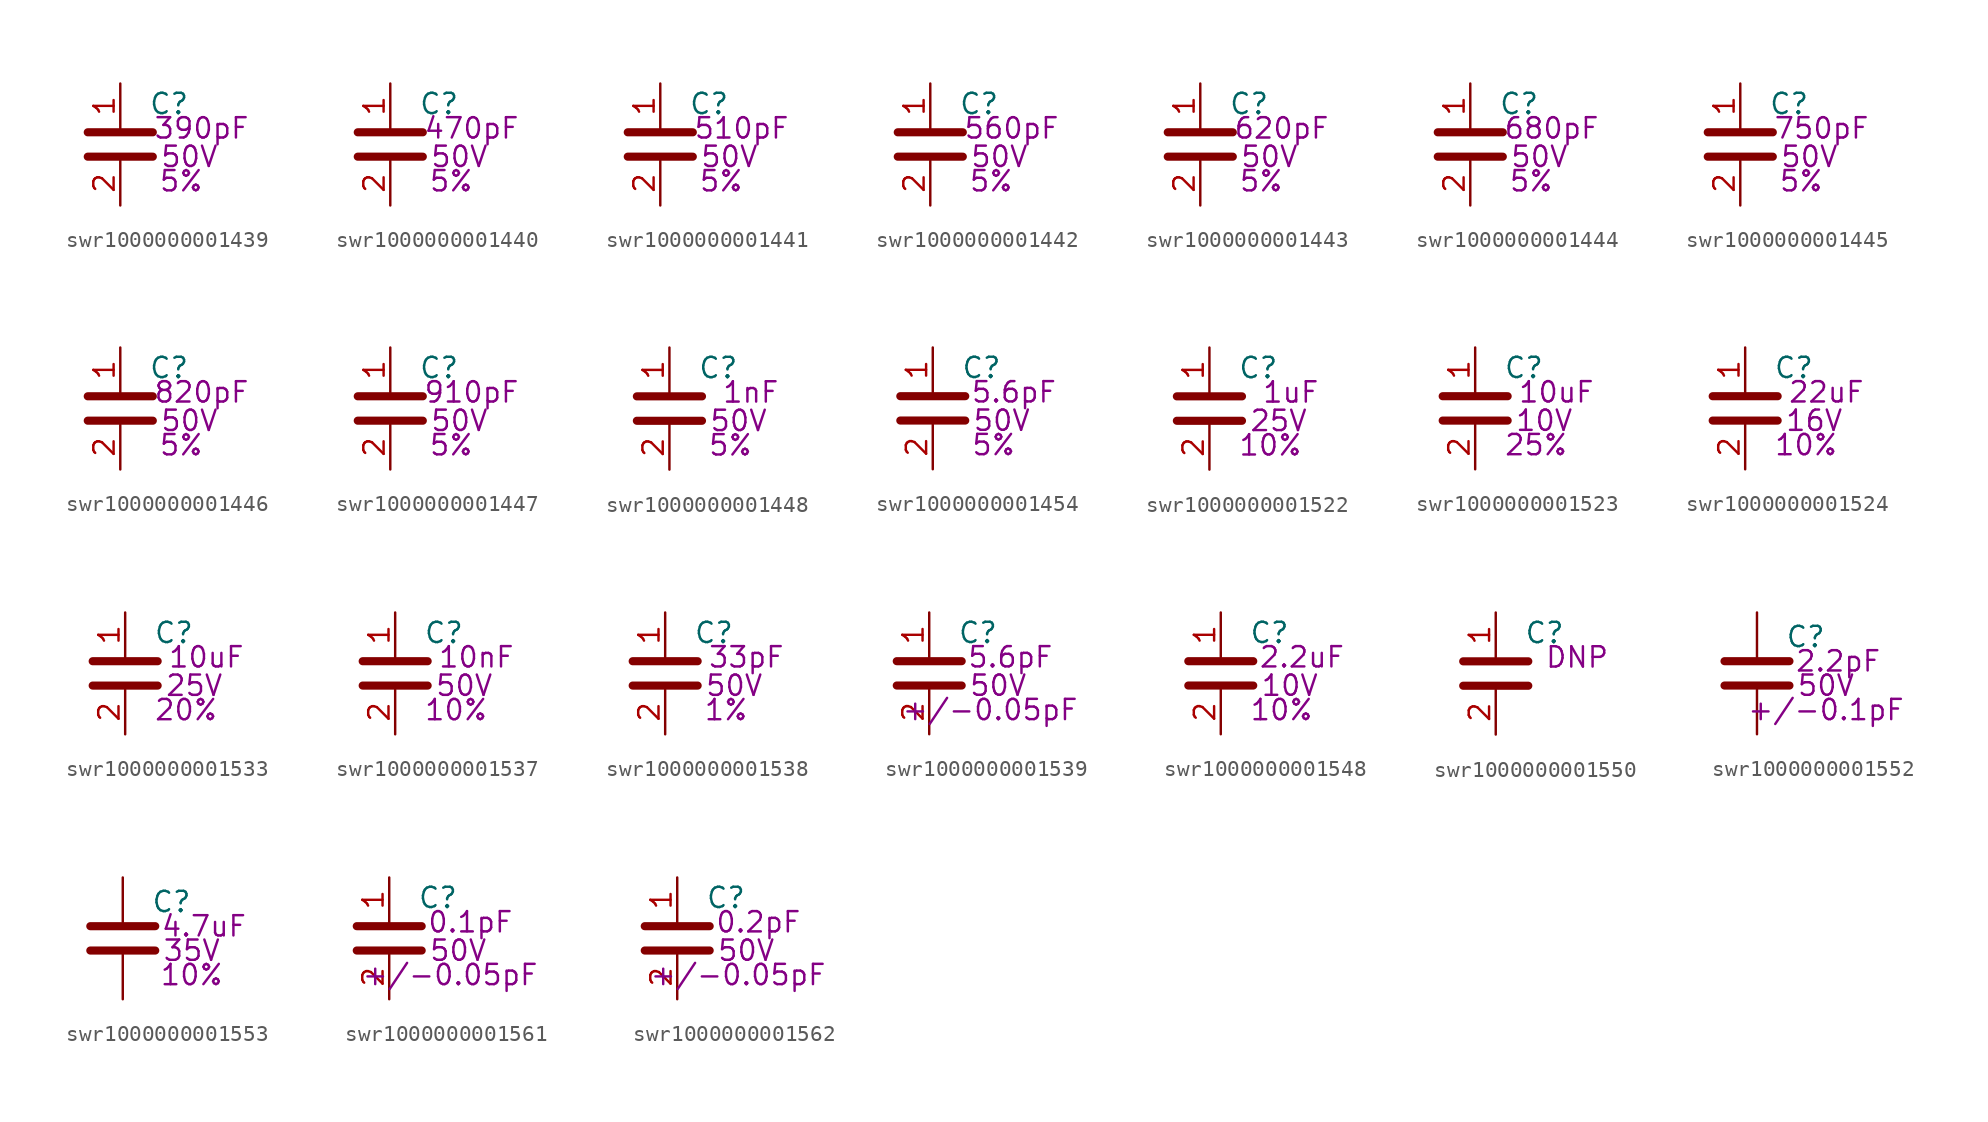
<source format=kicad_sym>
(kicad_symbol_lib
  (version 20220914)
  (generator kicad_symbol_editor)
  (symbol "swr1000000001439"
    (pin_names
      (offset 1.016))
    (property "Reference" "C"
      (at 3.048 2.54 0)
      (effects (font (size 1.27 1.27))))
    (property "PartValue" "390pF"
      (at 5.08 1.016 0)
      (effects (font (size 1.27 1.27))))
    (property "Voltage" "50V"
      (at 4.318 -0.762 0)
      (effects (font (size 1.27 1.27))))
    (property "Tolerance" "5%"
      (at 3.81 -2.286 0)
      (effects (font (size 1.27 1.27))))
    (symbol "swr1000000001439_1_1"
      (polyline (pts (xy -2.032 -0.762) (xy 2.032 -0.762)) (stroke (width 0.508) (type default)) (fill (type none)))
      (polyline (pts (xy -2.032 0.762) (xy 2.032 0.762)) (stroke (width 0.508) (type default)) (fill (type none)))
      (pin passive line (at 0 3.81 270) (length 2.794) (name "~" (effects (font (size 1.27 1.27)))) (number "1" (effects (font (size 1.27 1.27)))))
      (pin passive line (at 0 -3.81 90) (length 2.794) (name "~" (effects (font (size 1.27 1.27)))) (number "2" (effects (font (size 1.27 1.27)))))))
  (symbol "swr1000000001440"
    (pin_names
      (offset 1.016))
    (property "Reference" "C"
      (at 3.048 2.54 0)
      (effects (font (size 1.27 1.27))))
    (property "PartValue" "470pF"
      (at 5.08 1.016 0)
      (effects (font (size 1.27 1.27))))
    (property "Voltage" "50V"
      (at 4.318 -0.762 0)
      (effects (font (size 1.27 1.27))))
    (property "Tolerance" "5%"
      (at 3.81 -2.286 0)
      (effects (font (size 1.27 1.27))))
    (symbol "swr1000000001440_1_1"
      (polyline (pts (xy -2.032 -0.762) (xy 2.032 -0.762)) (stroke (width 0.508) (type default)) (fill (type none)))
      (polyline (pts (xy -2.032 0.762) (xy 2.032 0.762)) (stroke (width 0.508) (type default)) (fill (type none)))
      (pin passive line (at 0 3.81 270) (length 2.794) (name "~" (effects (font (size 1.27 1.27)))) (number "1" (effects (font (size 1.27 1.27)))))
      (pin passive line (at 0 -3.81 90) (length 2.794) (name "~" (effects (font (size 1.27 1.27)))) (number "2" (effects (font (size 1.27 1.27)))))))
  (symbol "swr1000000001441"
    (pin_names
      (offset 1.016))
    (property "Reference" "C"
      (at 3.048 2.54 0)
      (effects (font (size 1.27 1.27))))
    (property "PartValue" "510pF"
      (at 5.08 1.016 0)
      (effects (font (size 1.27 1.27))))
    (property "Voltage" "50V"
      (at 4.318 -0.762 0)
      (effects (font (size 1.27 1.27))))
    (property "Tolerance" "5%"
      (at 3.81 -2.286 0)
      (effects (font (size 1.27 1.27))))
    (symbol "swr1000000001441_1_1"
      (polyline (pts (xy -2.032 -0.762) (xy 2.032 -0.762)) (stroke (width 0.508) (type default)) (fill (type none)))
      (polyline (pts (xy -2.032 0.762) (xy 2.032 0.762)) (stroke (width 0.508) (type default)) (fill (type none)))
      (pin passive line (at 0 3.81 270) (length 2.794) (name "~" (effects (font (size 1.27 1.27)))) (number "1" (effects (font (size 1.27 1.27)))))
      (pin passive line (at 0 -3.81 90) (length 2.794) (name "~" (effects (font (size 1.27 1.27)))) (number "2" (effects (font (size 1.27 1.27)))))))
  (symbol "swr1000000001442"
    (pin_names
      (offset 1.016))
    (property "Reference" "C"
      (at 3.048 2.54 0)
      (effects (font (size 1.27 1.27))))
    (property "PartValue" "560pF"
      (at 5.08 1.016 0)
      (effects (font (size 1.27 1.27))))
    (property "Voltage" "50V"
      (at 4.318 -0.762 0)
      (effects (font (size 1.27 1.27))))
    (property "Tolerance" "5%"
      (at 3.81 -2.286 0)
      (effects (font (size 1.27 1.27))))
    (symbol "swr1000000001442_1_1"
      (polyline (pts (xy -2.032 -0.762) (xy 2.032 -0.762)) (stroke (width 0.508) (type default)) (fill (type none)))
      (polyline (pts (xy -2.032 0.762) (xy 2.032 0.762)) (stroke (width 0.508) (type default)) (fill (type none)))
      (pin passive line (at 0 3.81 270) (length 2.794) (name "~" (effects (font (size 1.27 1.27)))) (number "1" (effects (font (size 1.27 1.27)))))
      (pin passive line (at 0 -3.81 90) (length 2.794) (name "~" (effects (font (size 1.27 1.27)))) (number "2" (effects (font (size 1.27 1.27)))))))
  (symbol "swr1000000001443"
    (pin_names
      (offset 1.016))
    (property "Reference" "C"
      (at 3.048 2.54 0)
      (effects (font (size 1.27 1.27))))
    (property "PartValue" "620pF"
      (at 5.08 1.016 0)
      (effects (font (size 1.27 1.27))))
    (property "Voltage" "50V"
      (at 4.318 -0.762 0)
      (effects (font (size 1.27 1.27))))
    (property "Tolerance" "5%"
      (at 3.81 -2.286 0)
      (effects (font (size 1.27 1.27))))
    (symbol "swr1000000001443_1_1"
      (polyline (pts (xy -2.032 -0.762) (xy 2.032 -0.762)) (stroke (width 0.508) (type default)) (fill (type none)))
      (polyline (pts (xy -2.032 0.762) (xy 2.032 0.762)) (stroke (width 0.508) (type default)) (fill (type none)))
      (pin passive line (at 0 3.81 270) (length 2.794) (name "~" (effects (font (size 1.27 1.27)))) (number "1" (effects (font (size 1.27 1.27)))))
      (pin passive line (at 0 -3.81 90) (length 2.794) (name "~" (effects (font (size 1.27 1.27)))) (number "2" (effects (font (size 1.27 1.27)))))))
  (symbol "swr1000000001444"
    (pin_names
      (offset 1.016))
    (property "Reference" "C"
      (at 3.048 2.54 0)
      (effects (font (size 1.27 1.27))))
    (property "PartValue" "680pF"
      (at 5.08 1.016 0)
      (effects (font (size 1.27 1.27))))
    (property "Voltage" "50V"
      (at 4.318 -0.762 0)
      (effects (font (size 1.27 1.27))))
    (property "Tolerance" "5%"
      (at 3.81 -2.286 0)
      (effects (font (size 1.27 1.27))))
    (symbol "swr1000000001444_1_1"
      (polyline (pts (xy -2.032 -0.762) (xy 2.032 -0.762)) (stroke (width 0.508) (type default)) (fill (type none)))
      (polyline (pts (xy -2.032 0.762) (xy 2.032 0.762)) (stroke (width 0.508) (type default)) (fill (type none)))
      (pin passive line (at 0 3.81 270) (length 2.794) (name "~" (effects (font (size 1.27 1.27)))) (number "1" (effects (font (size 1.27 1.27)))))
      (pin passive line (at 0 -3.81 90) (length 2.794) (name "~" (effects (font (size 1.27 1.27)))) (number "2" (effects (font (size 1.27 1.27)))))))
  (symbol "swr1000000001445"
    (pin_names
      (offset 1.016))
    (property "Reference" "C"
      (at 3.048 2.54 0)
      (effects (font (size 1.27 1.27))))
    (property "PartValue" "750pF"
      (at 5.08 1.016 0)
      (effects (font (size 1.27 1.27))))
    (property "Voltage" "50V"
      (at 4.318 -0.762 0)
      (effects (font (size 1.27 1.27))))
    (property "Tolerance" "5%"
      (at 3.81 -2.286 0)
      (effects (font (size 1.27 1.27))))
    (symbol "swr1000000001445_1_1"
      (polyline (pts (xy -2.032 -0.762) (xy 2.032 -0.762)) (stroke (width 0.508) (type default)) (fill (type none)))
      (polyline (pts (xy -2.032 0.762) (xy 2.032 0.762)) (stroke (width 0.508) (type default)) (fill (type none)))
      (pin passive line (at 0 3.81 270) (length 2.794) (name "~" (effects (font (size 1.27 1.27)))) (number "1" (effects (font (size 1.27 1.27)))))
      (pin passive line (at 0 -3.81 90) (length 2.794) (name "~" (effects (font (size 1.27 1.27)))) (number "2" (effects (font (size 1.27 1.27)))))))
  (symbol "swr1000000001446"
    (pin_names
      (offset 1.016))
    (property "Reference" "C"
      (at 3.048 2.54 0)
      (effects (font (size 1.27 1.27))))
    (property "PartValue" "820pF"
      (at 5.08 1.016 0)
      (effects (font (size 1.27 1.27))))
    (property "Voltage" "50V"
      (at 4.318 -0.762 0)
      (effects (font (size 1.27 1.27))))
    (property "Tolerance" "5%"
      (at 3.81 -2.286 0)
      (effects (font (size 1.27 1.27))))
    (symbol "swr1000000001446_1_1"
      (polyline (pts (xy -2.032 -0.762) (xy 2.032 -0.762)) (stroke (width 0.508) (type default)) (fill (type none)))
      (polyline (pts (xy -2.032 0.762) (xy 2.032 0.762)) (stroke (width 0.508) (type default)) (fill (type none)))
      (pin passive line (at 0 3.81 270) (length 2.794) (name "~" (effects (font (size 1.27 1.27)))) (number "1" (effects (font (size 1.27 1.27)))))
      (pin passive line (at 0 -3.81 90) (length 2.794) (name "~" (effects (font (size 1.27 1.27)))) (number "2" (effects (font (size 1.27 1.27)))))))
  (symbol "swr1000000001447"
    (pin_names
      (offset 1.016))
    (property "Reference" "C"
      (at 3.048 2.54 0)
      (effects (font (size 1.27 1.27))))
    (property "PartValue" "910pF"
      (at 5.08 1.016 0)
      (effects (font (size 1.27 1.27))))
    (property "Voltage" "50V"
      (at 4.318 -0.762 0)
      (effects (font (size 1.27 1.27))))
    (property "Tolerance" "5%"
      (at 3.81 -2.286 0)
      (effects (font (size 1.27 1.27))))
    (symbol "swr1000000001447_1_1"
      (polyline (pts (xy -2.032 -0.762) (xy 2.032 -0.762)) (stroke (width 0.508) (type default)) (fill (type none)))
      (polyline (pts (xy -2.032 0.762) (xy 2.032 0.762)) (stroke (width 0.508) (type default)) (fill (type none)))
      (pin passive line (at 0 3.81 270) (length 2.794) (name "~" (effects (font (size 1.27 1.27)))) (number "1" (effects (font (size 1.27 1.27)))))
      (pin passive line (at 0 -3.81 90) (length 2.794) (name "~" (effects (font (size 1.27 1.27)))) (number "2" (effects (font (size 1.27 1.27)))))))
  (symbol "swr1000000001448"
    (pin_names
      (offset 1.016))
    (property "Reference" "C"
      (at 3.048 2.54 0)
      (effects (font (size 1.27 1.27))))
    (property "PartValue" "1nF"
      (at 5.08 1.016 0)
      (effects (font (size 1.27 1.27))))
    (property "Voltage" "50V"
      (at 4.318 -0.762 0)
      (effects (font (size 1.27 1.27))))
    (property "Tolerance" "5%"
      (at 3.81 -2.286 0)
      (effects (font (size 1.27 1.27))))
    (symbol "swr1000000001448_1_1"
      (polyline (pts (xy -2.032 -0.762) (xy 2.032 -0.762)) (stroke (width 0.508) (type default)) (fill (type none)))
      (polyline (pts (xy -2.032 0.762) (xy 2.032 0.762)) (stroke (width 0.508) (type default)) (fill (type none)))
      (pin passive line (at 0 3.81 270) (length 2.794) (name "~" (effects (font (size 1.27 1.27)))) (number "1" (effects (font (size 1.27 1.27)))))
      (pin passive line (at 0 -3.81 90) (length 2.794) (name "~" (effects (font (size 1.27 1.27)))) (number "2" (effects (font (size 1.27 1.27)))))))
  (symbol "swr1000000001454"
    (pin_names
      (offset 1.016))
    (property "Reference" "C"
      (at 3.048 2.54 0)
      (effects (font (size 1.27 1.27))))
    (property "PartValue" "5.6pF"
      (at 5.08 1.016 0)
      (effects (font (size 1.27 1.27))))
    (property "Voltage" "50V"
      (at 4.318 -0.762 0)
      (effects (font (size 1.27 1.27))))
    (property "Tolerance" "5%"
      (at 3.81 -2.286 0)
      (effects (font (size 1.27 1.27))))
    (symbol "swr1000000001454_1_1"
      (polyline (pts (xy -2.032 -0.762) (xy 2.032 -0.762)) (stroke (width 0.508) (type default)) (fill (type none)))
      (polyline (pts (xy -2.032 0.762) (xy 2.032 0.762)) (stroke (width 0.508) (type default)) (fill (type none)))
      (pin passive line (at 0 3.81 270) (length 2.794) (name "~" (effects (font (size 1.27 1.27)))) (number "1" (effects (font (size 1.27 1.27)))))
      (pin passive line (at 0 -3.81 90) (length 2.794) (name "~" (effects (font (size 1.27 1.27)))) (number "2" (effects (font (size 1.27 1.27)))))))
  (symbol "swr1000000001522"
    (pin_names
      (offset 1.016))
    (property "Reference" "C"
      (at 3.048 2.54 0)
      (effects (font (size 1.27 1.27))))
    (property "PartValue" "1uF"
      (at 5.08 1.016 0)
      (effects (font (size 1.27 1.27))))
    (property "Voltage" "25V"
      (at 4.318 -0.762 0)
      (effects (font (size 1.27 1.27))))
    (property "Tolerance" "10%"
      (at 3.81 -2.286 0)
      (effects (font (size 1.27 1.27))))
    (symbol "swr1000000001522_1_1"
      (polyline (pts (xy -2.032 -0.762) (xy 2.032 -0.762)) (stroke (width 0.508) (type default)) (fill (type none)))
      (polyline (pts (xy -2.032 0.762) (xy 2.032 0.762)) (stroke (width 0.508) (type default)) (fill (type none)))
      (pin passive line (at 0 3.81 270) (length 2.794) (name "~" (effects (font (size 1.27 1.27)))) (number "1" (effects (font (size 1.27 1.27)))))
      (pin passive line (at 0 -3.81 90) (length 2.794) (name "~" (effects (font (size 1.27 1.27)))) (number "2" (effects (font (size 1.27 1.27)))))))
  (symbol "swr1000000001523"
    (pin_names
      (offset 1.016))
    (property "Reference" "C"
      (at 3.048 2.54 0)
      (effects (font (size 1.27 1.27))))
    (property "PartValue" "10uF"
      (at 5.08 1.016 0)
      (effects (font (size 1.27 1.27))))
    (property "Voltage" "10V"
      (at 4.318 -0.762 0)
      (effects (font (size 1.27 1.27))))
    (property "Tolerance" "25%"
      (at 3.81 -2.286 0)
      (effects (font (size 1.27 1.27))))
    (symbol "swr1000000001523_1_1"
      (polyline (pts (xy -2.032 -0.762) (xy 2.032 -0.762)) (stroke (width 0.508) (type default)) (fill (type none)))
      (polyline (pts (xy -2.032 0.762) (xy 2.032 0.762)) (stroke (width 0.508) (type default)) (fill (type none)))
      (pin passive line (at 0 3.81 270) (length 2.794) (name "~" (effects (font (size 1.27 1.27)))) (number "1" (effects (font (size 1.27 1.27)))))
      (pin passive line (at 0 -3.81 90) (length 2.794) (name "~" (effects (font (size 1.27 1.27)))) (number "2" (effects (font (size 1.27 1.27)))))))
  (symbol "swr1000000001524"
    (pin_names
      (offset 1.016))
    (property "Reference" "C"
      (at 3.048 2.54 0)
      (effects (font (size 1.27 1.27))))
    (property "PartValue" "22uF"
      (at 5.08 1.016 0)
      (effects (font (size 1.27 1.27))))
    (property "Voltage" "16V"
      (at 4.318 -0.762 0)
      (effects (font (size 1.27 1.27))))
    (property "Tolerance" "10%"
      (at 3.81 -2.286 0)
      (effects (font (size 1.27 1.27))))
    (symbol "swr1000000001524_1_1"
      (polyline (pts (xy -2.032 -0.762) (xy 2.032 -0.762)) (stroke (width 0.508) (type default)) (fill (type none)))
      (polyline (pts (xy -2.032 0.762) (xy 2.032 0.762)) (stroke (width 0.508) (type default)) (fill (type none)))
      (pin passive line (at 0 3.81 270) (length 2.794) (name "~" (effects (font (size 1.27 1.27)))) (number "1" (effects (font (size 1.27 1.27)))))
      (pin passive line (at 0 -3.81 90) (length 2.794) (name "~" (effects (font (size 1.27 1.27)))) (number "2" (effects (font (size 1.27 1.27)))))))
  (symbol "swr1000000001533"
    (pin_names
      (offset 1.016))
    (property "Reference" "C"
      (at 3.048 2.54 0)
      (effects (font (size 1.27 1.27))))
    (property "PartValue" "10uF"
      (at 5.08 1.016 0)
      (effects (font (size 1.27 1.27))))
    (property "Voltage" "25V"
      (at 4.318 -0.762 0)
      (effects (font (size 1.27 1.27))))
    (property "Tolerance" "20%"
      (at 3.81 -2.286 0)
      (effects (font (size 1.27 1.27))))
    (symbol "swr1000000001533_1_1"
      (polyline (pts (xy -2.032 -0.762) (xy 2.032 -0.762)) (stroke (width 0.508) (type default)) (fill (type none)))
      (polyline (pts (xy -2.032 0.762) (xy 2.032 0.762)) (stroke (width 0.508) (type default)) (fill (type none)))
      (pin passive line (at 0 3.81 270) (length 2.794) (name "~" (effects (font (size 1.27 1.27)))) (number "1" (effects (font (size 1.27 1.27)))))
      (pin passive line (at 0 -3.81 90) (length 2.794) (name "~" (effects (font (size 1.27 1.27)))) (number "2" (effects (font (size 1.27 1.27)))))))
  (symbol "swr1000000001537"
    (pin_names
      (offset 1.016))
    (property "Reference" "C"
      (at 3.048 2.54 0)
      (effects (font (size 1.27 1.27))))
    (property "PartValue" "10nF"
      (at 5.08 1.016 0)
      (effects (font (size 1.27 1.27))))
    (property "Voltage" "50V"
      (at 4.318 -0.762 0)
      (effects (font (size 1.27 1.27))))
    (property "Tolerance" "10%"
      (at 3.81 -2.286 0)
      (effects (font (size 1.27 1.27))))
    (symbol "swr1000000001537_1_1"
      (polyline (pts (xy -2.032 -0.762) (xy 2.032 -0.762)) (stroke (width 0.508) (type default)) (fill (type none)))
      (polyline (pts (xy -2.032 0.762) (xy 2.032 0.762)) (stroke (width 0.508) (type default)) (fill (type none)))
      (pin passive line (at 0 3.81 270) (length 2.794) (name "~" (effects (font (size 1.27 1.27)))) (number "1" (effects (font (size 1.27 1.27)))))
      (pin passive line (at 0 -3.81 90) (length 2.794) (name "~" (effects (font (size 1.27 1.27)))) (number "2" (effects (font (size 1.27 1.27)))))))
  (symbol "swr1000000001538"
    (pin_names
      (offset 1.016))
    (property "Reference" "C"
      (at 3.048 2.54 0)
      (effects (font (size 1.27 1.27))))
    (property "PartValue" "33pF"
      (at 5.08 1.016 0)
      (effects (font (size 1.27 1.27))))
    (property "Voltage" "50V"
      (at 4.318 -0.762 0)
      (effects (font (size 1.27 1.27))))
    (property "Tolerance" "1%"
      (at 3.81 -2.286 0)
      (effects (font (size 1.27 1.27))))
    (symbol "swr1000000001538_1_1"
      (polyline (pts (xy -2.032 -0.762) (xy 2.032 -0.762)) (stroke (width 0.508) (type default)) (fill (type none)))
      (polyline (pts (xy -2.032 0.762) (xy 2.032 0.762)) (stroke (width 0.508) (type default)) (fill (type none)))
      (pin passive line (at 0 3.81 270) (length 2.794) (name "~" (effects (font (size 1.27 1.27)))) (number "1" (effects (font (size 1.27 1.27)))))
      (pin passive line (at 0 -3.81 90) (length 2.794) (name "~" (effects (font (size 1.27 1.27)))) (number "2" (effects (font (size 1.27 1.27)))))))
  (symbol "swr1000000001539"
    (pin_names
      (offset 1.016))
    (property "Reference" "C"
      (at 3.048 2.54 0)
      (effects (font (size 1.27 1.27))))
    (property "PartValue" "5.6pF"
      (at 5.08 1.016 0)
      (effects (font (size 1.27 1.27))))
    (property "Voltage" "50V"
      (at 4.318 -0.762 0)
      (effects (font (size 1.27 1.27))))
    (property "Tolerance" "+/-0.05pF"
      (at 3.81 -2.286 0)
      (effects (font (size 1.27 1.27))))
    (symbol "swr1000000001539_1_1"
      (polyline (pts (xy -2.032 -0.762) (xy 2.032 -0.762)) (stroke (width 0.508) (type default)) (fill (type none)))
      (polyline (pts (xy -2.032 0.762) (xy 2.032 0.762)) (stroke (width 0.508) (type default)) (fill (type none)))
      (pin passive line (at 0 3.81 270) (length 2.794) (name "~" (effects (font (size 1.27 1.27)))) (number "1" (effects (font (size 1.27 1.27)))))
      (pin passive line (at 0 -3.81 90) (length 2.794) (name "~" (effects (font (size 1.27 1.27)))) (number "2" (effects (font (size 1.27 1.27)))))))
  (symbol "swr1000000001548"
    (pin_names
      (offset 1.016))
    (property "Reference" "C"
      (at 3.048 2.54 0)
      (effects (font (size 1.27 1.27))))
    (property "PartValue" "2.2uF"
      (at 5.08 1.016 0)
      (effects (font (size 1.27 1.27))))
    (property "Voltage" "10V"
      (at 4.318 -0.762 0)
      (effects (font (size 1.27 1.27))))
    (property "Tolerance" "10%"
      (at 3.81 -2.286 0)
      (effects (font (size 1.27 1.27))))
    (symbol "swr1000000001548_1_1"
      (polyline (pts (xy -2.032 -0.762) (xy 2.032 -0.762)) (stroke (width 0.508) (type default)) (fill (type none)))
      (polyline (pts (xy -2.032 0.762) (xy 2.032 0.762)) (stroke (width 0.508) (type default)) (fill (type none)))
      (pin passive line (at 0 3.81 270) (length 2.794) (name "~" (effects (font (size 1.27 1.27)))) (number "1" (effects (font (size 1.27 1.27)))))
      (pin passive line (at 0 -3.81 90) (length 2.794) (name "~" (effects (font (size 1.27 1.27)))) (number "2" (effects (font (size 1.27 1.27)))))))
  (symbol "swr1000000001550"
    (pin_names
      (offset 1.016))
    (property "Reference" "C"
      (at 3.048 2.54 0)
      (effects (font (size 1.27 1.27))))
    (property "PartValue" "DNP"
      (at 5.08 1.016 0)
      (effects (font (size 1.27 1.27))))
    (symbol "swr1000000001550_1_1"
      (polyline (pts (xy -2.032 -0.762) (xy 2.032 -0.762)) (stroke (width 0.508) (type default)) (fill (type none)))
      (polyline (pts (xy -2.032 0.762) (xy 2.032 0.762)) (stroke (width 0.508) (type default)) (fill (type none)))
      (pin passive line (at 0 3.81 270) (length 2.794) (name "~" (effects (font (size 1.27 1.27)))) (number "1" (effects (font (size 1.27 1.27)))))
      (pin passive line (at 0 -3.81 90) (length 2.794) (name "~" (effects (font (size 1.27 1.27)))) (number "2" (effects (font (size 1.27 1.27)))))))
  (symbol "swr1000000001552"
    (pin_numbers hide)
    (pin_names
      (offset 1.016))
    (property "Reference" "C"
      (at 3.048 2.286 0)
      (effects (font (size 1.27 1.27))))
    (property "PartValue" "2.2pF"
      (at 5.08 0.762 0)
      (effects (font (size 1.27 1.27))))
    (property "Voltage" "50V"
      (at 4.318 -0.762 0)
      (effects (font (size 1.27 1.27))))
    (property "Tolerance" "+/-0.1pF"
      (at 4.318 -2.286 0)
      (effects (font (size 1.27 1.27))))
    (symbol "swr1000000001552_1_1"
      (polyline (pts (xy -2.032 -0.762) (xy 2.032 -0.762)) (stroke (width 0.508) (type default)) (fill (type none)))
      (polyline (pts (xy -2.032 0.762) (xy 2.032 0.762)) (stroke (width 0.508) (type default)) (fill (type none)))
      (pin passive line (at 0 3.81 270) (length 2.794) (name "~" (effects (font (size 1.27 1.27)))) (number "1" (effects (font (size 1.27 1.27)))))
      (pin passive line (at 0 -3.81 90) (length 2.794) (name "~" (effects (font (size 1.27 1.27)))) (number "2" (effects (font (size 1.27 1.27)))))))
  (symbol "swr1000000001553"
    (pin_numbers hide)
    (pin_names
      (offset 1.016))
    (property "Reference" "C"
      (at 3.048 2.286 0)
      (effects (font (size 1.27 1.27))))
    (property "PartValue" "4.7uF"
      (at 5.08 0.762 0)
      (effects (font (size 1.27 1.27))))
    (property "Voltage" "35V"
      (at 4.318 -0.762 0)
      (effects (font (size 1.27 1.27))))
    (property "Tolerance" "10%"
      (at 4.318 -2.286 0)
      (effects (font (size 1.27 1.27))))
    (symbol "swr1000000001553_1_1"
      (polyline (pts (xy -2.032 -0.762) (xy 2.032 -0.762)) (stroke (width 0.508) (type default)) (fill (type none)))
      (polyline (pts (xy -2.032 0.762) (xy 2.032 0.762)) (stroke (width 0.508) (type default)) (fill (type none)))
      (pin passive line (at 0 3.81 270) (length 2.794) (name "~" (effects (font (size 1.27 1.27)))) (number "1" (effects (font (size 1.27 1.27)))))
      (pin passive line (at 0 -3.81 90) (length 2.794) (name "~" (effects (font (size 1.27 1.27)))) (number "2" (effects (font (size 1.27 1.27)))))))
  (symbol "swr1000000001561"
    (pin_names
      (offset 1.016))
    (property "Reference" "C"
      (at 3.048 2.54 0)
      (effects (font (size 1.27 1.27))))
    (property "PartValue" "0.1pF"
      (at 5.08 1.016 0)
      (effects (font (size 1.27 1.27))))
    (property "Voltage" "50V"
      (at 4.318 -0.762 0)
      (effects (font (size 1.27 1.27))))
    (property "Tolerance" "+/-0.05pF"
      (at 3.81 -2.286 0)
      (effects (font (size 1.27 1.27))))
    (symbol "swr1000000001561_1_1"
      (polyline (pts (xy -2.032 -0.762) (xy 2.032 -0.762)) (stroke (width 0.508) (type default)) (fill (type none)))
      (polyline (pts (xy -2.032 0.762) (xy 2.032 0.762)) (stroke (width 0.508) (type default)) (fill (type none)))
      (pin passive line (at 0 3.81 270) (length 2.794) (name "~" (effects (font (size 1.27 1.27)))) (number "1" (effects (font (size 1.27 1.27)))))
      (pin passive line (at 0 -3.81 90) (length 2.794) (name "~" (effects (font (size 1.27 1.27)))) (number "2" (effects (font (size 1.27 1.27)))))))
  (symbol "swr1000000001562"
    (pin_names
      (offset 1.016))
    (property "Reference" "C"
      (at 3.048 2.54 0)
      (effects (font (size 1.27 1.27))))
    (property "PartValue" "0.2pF"
      (at 5.08 1.016 0)
      (effects (font (size 1.27 1.27))))
    (property "Voltage" "50V"
      (at 4.318 -0.762 0)
      (effects (font (size 1.27 1.27))))
    (property "Tolerance" "+/-0.05pF"
      (at 3.81 -2.286 0)
      (effects (font (size 1.27 1.27))))
    (symbol "swr1000000001562_1_1"
      (polyline (pts (xy -2.032 -0.762) (xy 2.032 -0.762)) (stroke (width 0.508) (type default)) (fill (type none)))
      (polyline (pts (xy -2.032 0.762) (xy 2.032 0.762)) (stroke (width 0.508) (type default)) (fill (type none)))
      (pin passive line (at 0 3.81 270) (length 2.794) (name "~" (effects (font (size 1.27 1.27)))) (number "1" (effects (font (size 1.27 1.27)))))
      (pin passive line (at 0 -3.81 90) (length 2.794) (name "~" (effects (font (size 1.27 1.27)))) (number "2" (effects (font (size 1.27 1.27))))))))
</source>
